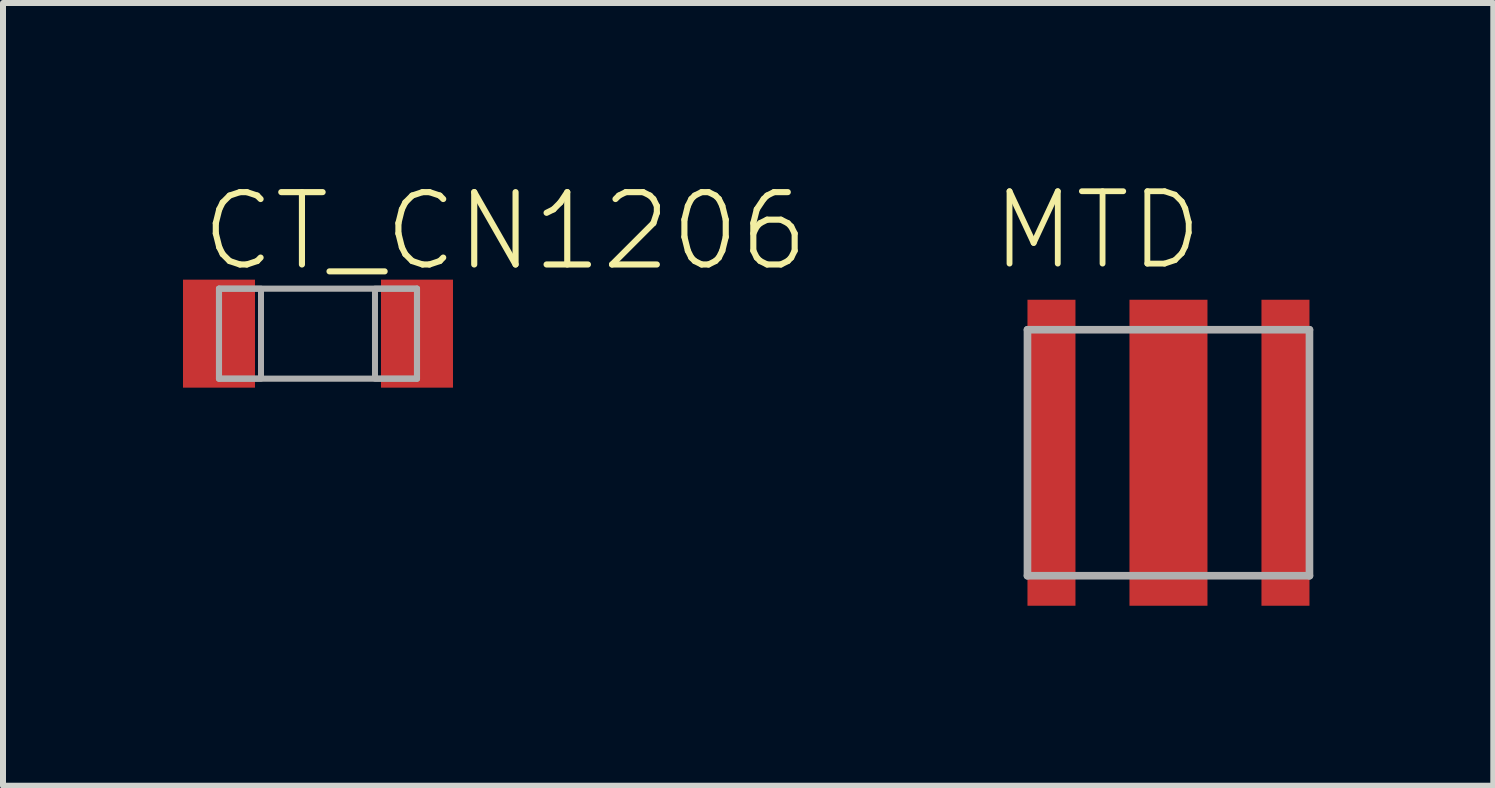
<source format=kicad_pcb>
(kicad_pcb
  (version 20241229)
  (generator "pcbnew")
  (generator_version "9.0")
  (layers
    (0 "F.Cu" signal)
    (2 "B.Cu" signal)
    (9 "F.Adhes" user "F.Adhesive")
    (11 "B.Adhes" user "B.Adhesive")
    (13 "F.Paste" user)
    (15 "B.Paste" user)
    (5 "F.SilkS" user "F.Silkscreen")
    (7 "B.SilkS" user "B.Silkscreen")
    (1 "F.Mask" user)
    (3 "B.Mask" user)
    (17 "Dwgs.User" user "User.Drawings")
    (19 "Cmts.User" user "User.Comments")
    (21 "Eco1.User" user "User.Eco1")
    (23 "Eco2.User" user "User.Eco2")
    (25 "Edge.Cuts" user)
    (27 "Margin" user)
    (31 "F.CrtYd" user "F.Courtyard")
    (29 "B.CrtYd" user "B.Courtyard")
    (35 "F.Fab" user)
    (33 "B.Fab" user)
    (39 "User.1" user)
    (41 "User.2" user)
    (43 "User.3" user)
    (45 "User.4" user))
  (footprint "CT_CN1206"
    (layer "F.Cu")
    (at 2.25 2.511)
    (property "Reference" "CT_CN1206" (at -2 -1 0) (layer "F.SilkS") (effects (font (size 1.206 1.206) (thickness 0.102)) (justify left bottom)))
    (attr through_hole)
    (fp_line (start -1.65 -0.75) (end 1.65 -0.75) (stroke (width 0.102) (type solid)) (layer "F.Fab"))
    (fp_line (start -1.65 0.75) (end -1.65 -0.75) (stroke (width 0.102) (type solid)) (layer "F.Fab"))
    (fp_line (start 1.65 -0.75) (end 1.65 0.75) (stroke (width 0.102) (type solid)) (layer "F.Fab"))
    (fp_line (start 1.65 0.75) (end -1.65 0.75) (stroke (width 0.102) (type solid)) (layer "F.Fab"))
    (fp_poly (pts (xy -1.65 0.75) (xy -0.95 0.75) (xy -0.95 -0.75) (xy -1.65 -0.75)) (stroke (width 0.1) (type solid)) (fill no) (layer "F.Fab"))
    (fp_poly (pts (xy 1.65 -0.75) (xy 0.95 -0.75) (xy 0.95 0.75) (xy 1.65 0.75)) (stroke (width 0.1) (type solid)) (fill no) (layer "F.Fab"))
    (pad "1" smd rect (at -1.65 0) (size 1.2 1.8) (layers "F.Cu" "F.Mask" "F.Paste"))
    (pad "2" smd rect (at 1.65 0) (size 1.2 1.8) (layers "F.Cu" "F.Mask" "F.Paste")))
  (footprint "MTD"
    (layer "F.Cu")
    (at 16.425 4.496)
    (property "Reference" "MTD" (at -3 -3 0) (layer "F.SilkS") (effects (font (size 1.206 1.206) (thickness 0.097)) (justify left bottom)))
    (attr through_hole)
    (fp_line (start -2.35 -2.05) (end 2.35 -2.05) (stroke (width 0.127) (type solid)) (layer "F.Fab"))
    (fp_line (start -2.35 2.05) (end -2.35 -2.05) (stroke (width 0.127) (type solid)) (layer "F.Fab"))
    (fp_line (start -2.35 2.05) (end 2.35 2.05) (stroke (width 0.127) (type solid)) (layer "F.Fab"))
    (fp_line (start 2.35 2.05) (end 2.35 -2.05) (stroke (width 0.127) (type solid)) (layer "F.Fab"))
    (pad "GND" smd rect (at 0 0) (size 1.3 5.1) (layers "F.Cu" "F.Mask" "F.Paste"))
    (pad "IN" smd rect (at -1.95 0) (size 0.8 5.1) (layers "F.Cu" "F.Mask" "F.Paste"))
    (pad "OUT" smd rect (at 1.95 0) (size 0.8 5.1) (layers "F.Cu" "F.Mask" "F.Paste")))
  (gr_rect
    (start -3 -3)
    (end 21.839 10.046)
    (stroke (width 0.1) (type default))
    (fill no)
    (layer "Edge.Cuts")))
</source>
